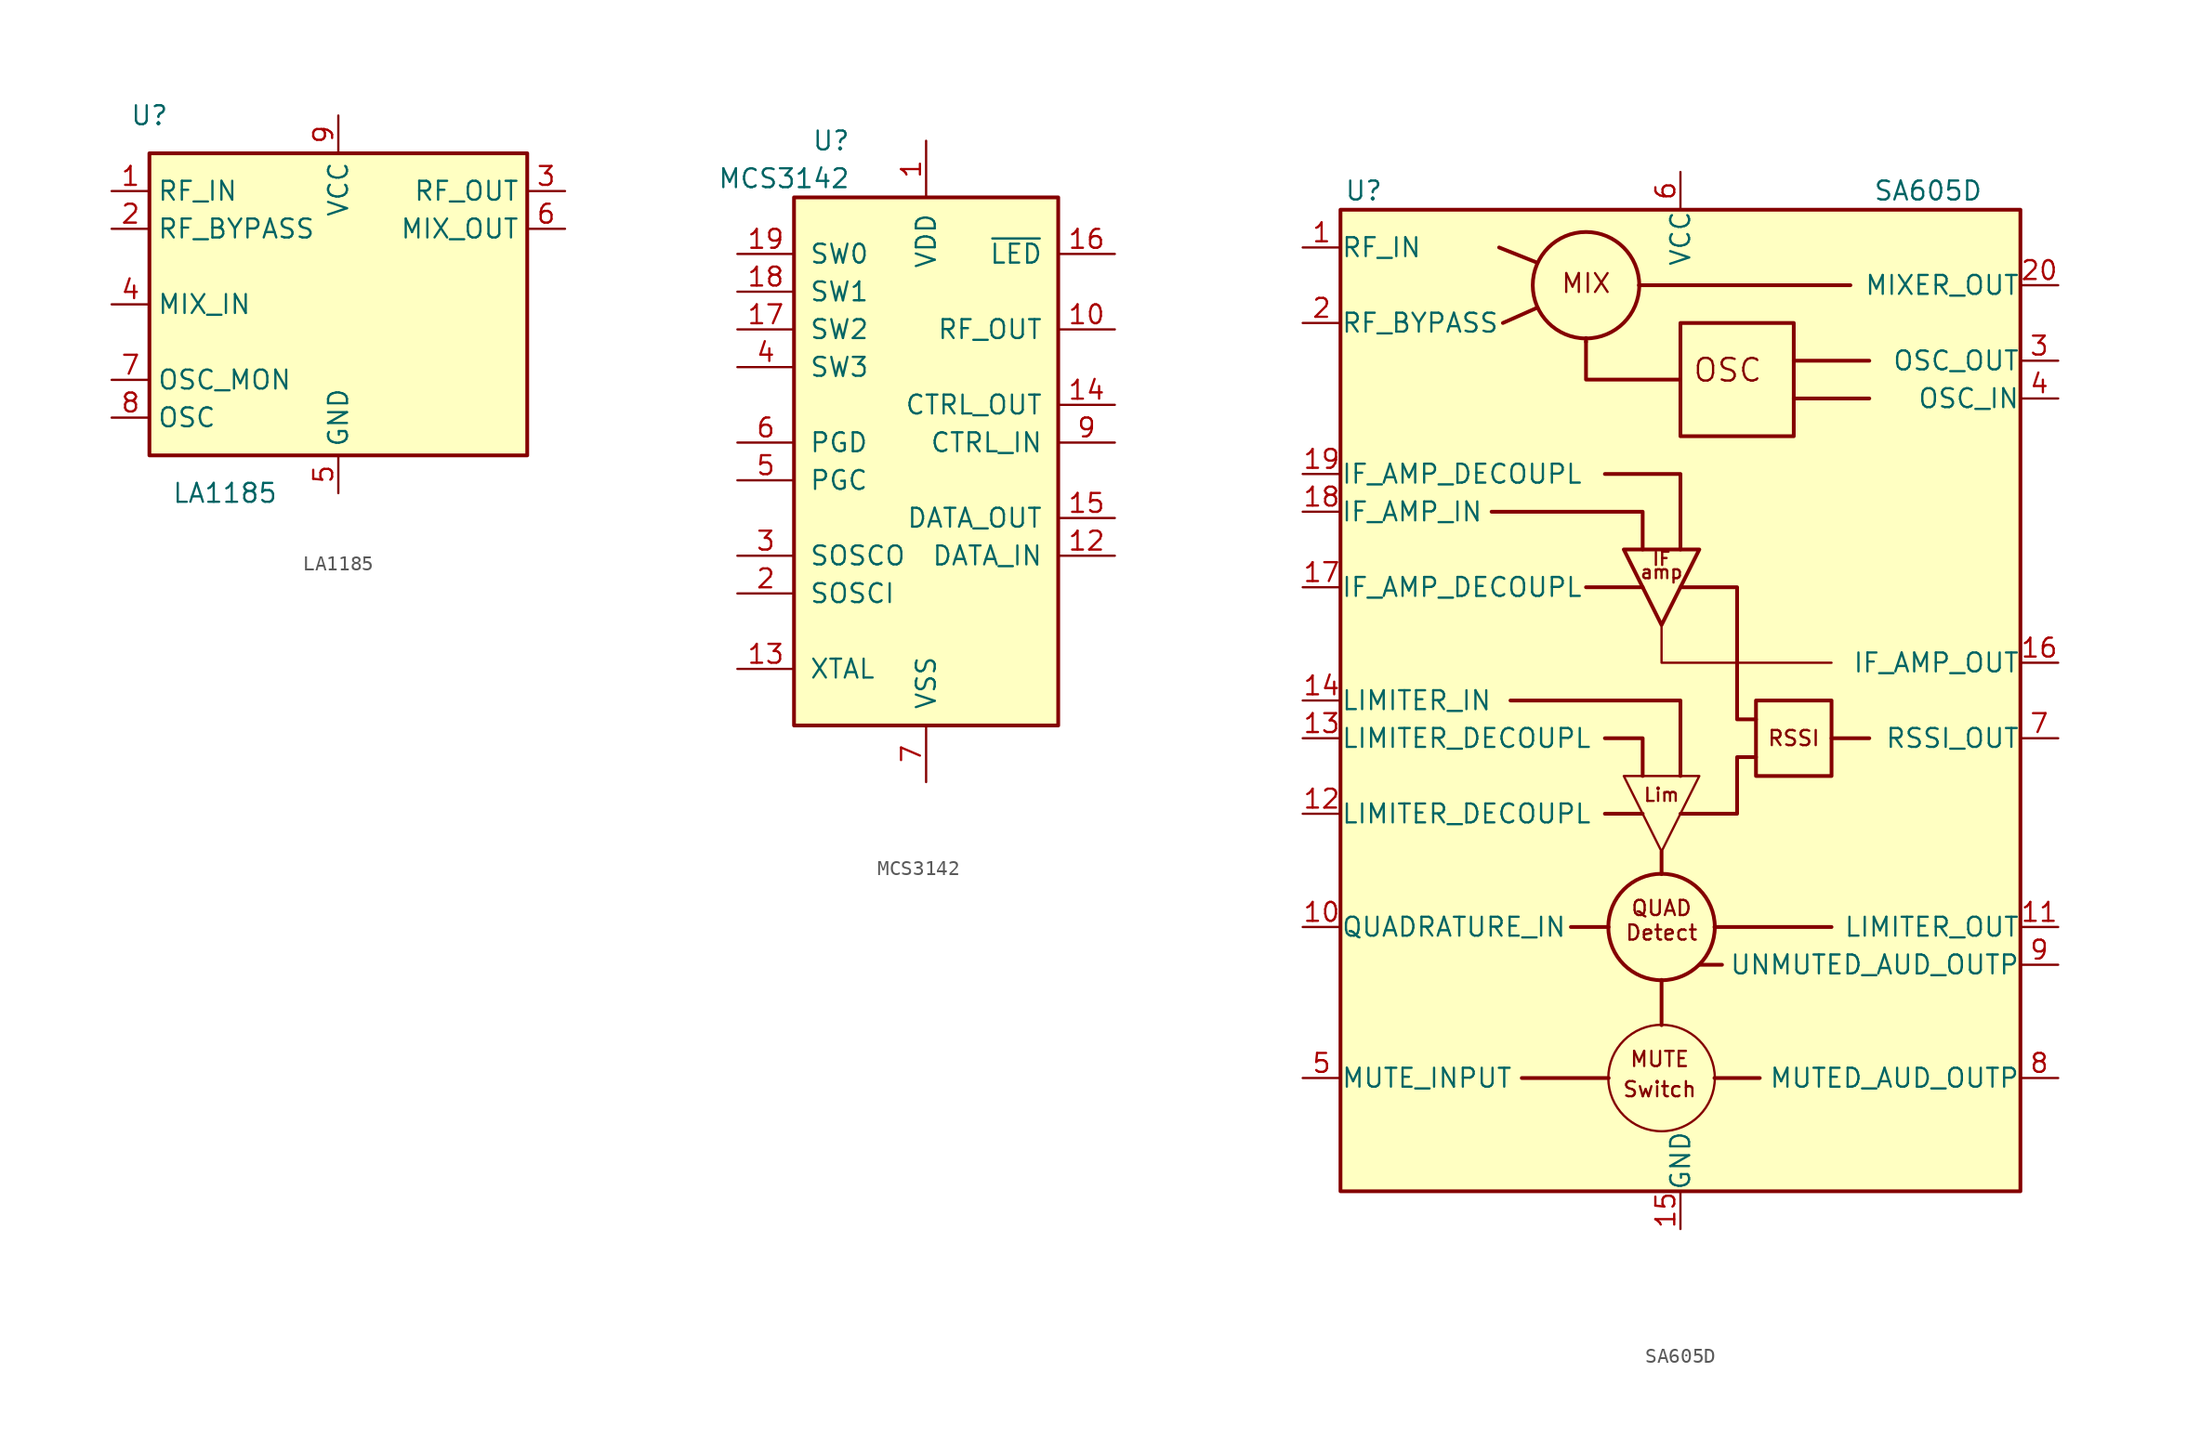
<source format=kicad_sym>
(kicad_symbol_lib
  (version 20241209)
  (generator "kicad_symbol_editor")
  (generator_version "9.0")
  (symbol "LA1185"
    (property "Reference" "U"
      (at -12.7 12.7 0)
      (effects (font (size 1.27 1.27))))
    (property "Value" "LA1185"
      (at -7.62 -12.7 0)
      (effects (font (size 1.27 1.27))))
    (symbol "LA1185_0_1"
      (rectangle (start -12.7 10.16) (end 12.7 -10.16) (stroke (width 0.254) (type default)) (fill (type background))))
    (symbol "LA1185_1_1"
      (pin input line (at -15.24 7.62 0) (length 2.54) (name "RF_IN" (effects (font (size 1.27 1.27)))) (number "1" (effects (font (size 1.27 1.27)))))
      (pin passive line (at -15.24 5.08 0) (length 2.54) (name "RF_BYPASS" (effects (font (size 1.27 1.27)))) (number "2" (effects (font (size 1.27 1.27)))))
      (pin input line (at -15.24 0 0) (length 2.54) (name "MIX_IN" (effects (font (size 1.27 1.27)))) (number "4" (effects (font (size 1.27 1.27)))))
      (pin passive line (at -15.24 -5.08 0) (length 2.54) (name "OSC_MON" (effects (font (size 1.27 1.27)))) (number "7" (effects (font (size 1.27 1.27)))))
      (pin output line (at -15.24 -7.62 0) (length 2.54) (name "OSC" (effects (font (size 1.27 1.27)))) (number "8" (effects (font (size 1.27 1.27)))))
      (pin power_in line (at 0 12.7 270) (length 2.54) (name "VCC" (effects (font (size 1.27 1.27)))) (number "9" (effects (font (size 1.27 1.27)))))
      (pin power_in line (at 0 -12.7 90) (length 2.54) (name "GND" (effects (font (size 1.27 1.27)))) (number "5" (effects (font (size 1.27 1.27)))))
      (pin output line (at 15.24 7.62 180) (length 2.54) (name "RF_OUT" (effects (font (size 1.27 1.27)))) (number "3" (effects (font (size 1.27 1.27)))))
      (pin output line (at 15.24 5.08 180) (length 2.54) (name "MIX_OUT" (effects (font (size 1.27 1.27)))) (number "6" (effects (font (size 1.27 1.27)))))))
  (symbol "MCS3142"
    (pin_names
      (offset 1.016))
    (property "Reference" "U"
      (at -5.08 22.86 0)
      (effects (font (size 1.27 1.27)) (justify right)))
    (property "Value" "MCS3142"
      (at -5.08 20.32 0)
      (effects (font (size 1.27 1.27)) (justify right)))
    (symbol "MCS3142_0_1"
      (rectangle (start -8.89 19.05) (end 8.89 -16.51) (stroke (width 0.254) (type default)) (fill (type background))))
    (symbol "MCS3142_1_1"
      (pin input line (at -12.7 15.24 0) (length 3.81) (name "SW0" (effects (font (size 1.27 1.27)))) (number "19" (effects (font (size 1.27 1.27)))))
      (pin input line (at -12.7 12.7 0) (length 3.81) (name "SW1" (effects (font (size 1.27 1.27)))) (number "18" (effects (font (size 1.27 1.27)))))
      (pin input line (at -12.7 10.16 0) (length 3.81) (name "SW2" (effects (font (size 1.27 1.27)))) (number "17" (effects (font (size 1.27 1.27)))))
      (pin input line (at -12.7 7.62 0) (length 3.81) (name "SW3" (effects (font (size 1.27 1.27)))) (number "4" (effects (font (size 1.27 1.27)))))
      (pin bidirectional line (at -12.7 2.54 0) (length 3.81) (name "PGD" (effects (font (size 1.27 1.27)))) (number "6" (effects (font (size 1.27 1.27)))))
      (pin input line (at -12.7 0 0) (length 3.81) (name "PGC" (effects (font (size 1.27 1.27)))) (number "5" (effects (font (size 1.27 1.27)))))
      (pin output line (at -12.7 -5.08 0) (length 3.81) (name "SOSCO" (effects (font (size 1.27 1.27)))) (number "3" (effects (font (size 1.27 1.27)))))
      (pin input line (at -12.7 -7.62 0) (length 3.81) (name "SOSCI" (effects (font (size 1.27 1.27)))) (number "2" (effects (font (size 1.27 1.27)))))
      (pin input line (at -12.7 -12.7 0) (length 3.81) (name "XTAL" (effects (font (size 1.27 1.27)))) (number "13" (effects (font (size 1.27 1.27)))))
      (pin power_in line (at 0 22.86 270) (length 3.81) (name "VDD" (effects (font (size 1.27 1.27)))) (number "1" (effects (font (size 1.27 1.27)))))
      (pin passive line (at 0 22.86 270) (length 3.81) (hide yes) (name "VDD" (effects (font (size 1.27 1.27)))) (number "8" (effects (font (size 1.27 1.27)))))
      (pin passive line (at 0 -20.32 90) (length 3.81) (hide yes) (name "VSS" (effects (font (size 1.27 1.27)))) (number "11" (effects (font (size 1.27 1.27)))))
      (pin passive line (at 0 -20.32 90) (length 3.81) (hide yes) (name "VSS" (effects (font (size 1.27 1.27)))) (number "20" (effects (font (size 1.27 1.27)))))
      (pin power_in line (at 0 -20.32 90) (length 3.81) (name "VSS" (effects (font (size 1.27 1.27)))) (number "7" (effects (font (size 1.27 1.27)))))
      (pin output line (at 12.7 15.24 180) (length 3.81) (name "~{LED}" (effects (font (size 1.27 1.27)))) (number "16" (effects (font (size 1.27 1.27)))))
      (pin output line (at 12.7 10.16 180) (length 3.81) (name "RF_OUT" (effects (font (size 1.27 1.27)))) (number "10" (effects (font (size 1.27 1.27)))))
      (pin output line (at 12.7 5.08 180) (length 3.81) (name "CTRL_OUT" (effects (font (size 1.27 1.27)))) (number "14" (effects (font (size 1.27 1.27)))))
      (pin input line (at 12.7 2.54 180) (length 3.81) (name "CTRL_IN" (effects (font (size 1.27 1.27)))) (number "9" (effects (font (size 1.27 1.27)))))
      (pin output line (at 12.7 -2.54 180) (length 3.81) (name "DATA_OUT" (effects (font (size 1.27 1.27)))) (number "15" (effects (font (size 1.27 1.27)))))
      (pin input line (at 12.7 -5.08 180) (length 3.81) (name "DATA_IN" (effects (font (size 1.27 1.27)))) (number "12" (effects (font (size 1.27 1.27)))))))
  (symbol "SA605D"
    (pin_names
      (offset 0.025))
    (property "Reference" "U"
      (at -22.606 24.13 0)
      (effects (font (size 1.27 1.27)) (justify left)))
    (property "Value" "SA605D"
      (at 12.954 24.13 0)
      (effects (font (size 1.27 1.27)) (justify left)))
    (symbol "SA605D_0_0"
      (polyline (pts (xy -12.7 2.54) (xy -2.54 2.54) (xy -2.54 0)) (stroke (width 0.254) (type default)) (fill (type none)))
      (polyline (pts (xy -12.192 20.32) (xy -9.652 19.304)) (stroke (width 0.254) (type default)) (fill (type none)))
      (polyline (pts (xy -11.938 15.24) (xy -9.652 16.256)) (stroke (width 0.254) (type default)) (fill (type none)))
      (polyline (pts (xy -11.43 -10.16) (xy 0 -10.16) (xy 0 -15.24)) (stroke (width 0.254) (type default)) (fill (type none)))
      (polyline (pts (xy -6.35 13.97) (xy -6.35 14.224)) (stroke (width 0.254) (type default)) (fill (type none)))
      (polyline (pts (xy -6.35 -2.54) (xy -2.54 -2.54)) (stroke (width 0.254) (type default)) (fill (type none)))
      (polyline (pts (xy -5.08 5.08) (xy 0 5.08) (xy 0 0)) (stroke (width 0.254) (type default)) (fill (type none)))
      (polyline (pts (xy -4.826 -25.4) (xy -7.366 -25.4)) (stroke (width 0.254) (type default)) (fill (type none)))
      (polyline (pts (xy -4.826 -35.56) (xy -10.668 -35.56)) (stroke (width 0.254) (type default)) (fill (type none)))
      (polyline (pts (xy -2.54 17.78) (xy -2.794 17.78)) (stroke (width 0.254) (type default)) (fill (type none)))
      (polyline (pts (xy -2.54 -15.24) (xy -2.54 -12.7) (xy -5.08 -12.7)) (stroke (width 0.254) (type default)) (fill (type none)))
      (polyline (pts (xy -2.54 -17.78) (xy -5.08 -17.78)) (stroke (width 0.254) (type default)) (fill (type none)))
      (polyline (pts (xy -1.27 -20.32) (xy -1.27 -21.844)) (stroke (width 0.254) (type default)) (fill (type none)))
      (circle (center -1.27 -25.4) (radius 3.581) (stroke (width 0.254) (type default)) (fill (type none)))
      (polyline (pts (xy -1.27 -28.956) (xy -1.27 -32.004)) (stroke (width 0.254) (type default)) (fill (type none)))
      (circle (center -1.27 -35.56) (radius 3.581) (stroke (width 0) (type default)) (fill (type none)))
      (polyline (pts (xy 0 11.43) (xy -6.35 11.43) (xy -6.35 13.97)) (stroke (width 0.254) (type default)) (fill (type none)))
      (polyline (pts (xy 0 -2.54) (xy 3.81 -2.54) (xy 3.81 -11.43) (xy 5.08 -11.43)) (stroke (width 0.254) (type default)) (fill (type none)))
      (polyline (pts (xy 0 -17.78) (xy 3.81 -17.78) (xy 3.81 -13.97) (xy 5.08 -13.97)) (stroke (width 0.254) (type default)) (fill (type none)))
      (polyline (pts (xy 1.27 0) (xy -3.81 0) (xy -1.27 -5.08) (xy 1.27 0) (xy 1.27 0)) (stroke (width 0.254) (type default)) (fill (type background)))
      (polyline (pts (xy 1.27 -15.24) (xy -3.81 -15.24) (xy -1.27 -20.32) (xy 1.27 -15.24) (xy 1.27 -15.24)) (stroke (width 0) (type default)) (fill (type background)))
      (polyline (pts (xy 1.27 -27.94) (xy 2.794 -27.94)) (stroke (width 0.254) (type default)) (fill (type none)))
      (polyline (pts (xy 2.286 -25.4) (xy 10.16 -25.4)) (stroke (width 0.254) (type default)) (fill (type none)))
      (polyline (pts (xy 2.286 -35.56) (xy 5.334 -35.56)) (stroke (width 0.254) (type default)) (fill (type none)))
      (polyline (pts (xy 7.62 10.16) (xy 12.7 10.16)) (stroke (width 0.254) (type default)) (fill (type none)))
      (polyline (pts (xy 10.16 -12.7) (xy 12.7 -12.7)) (stroke (width 0.254) (type default)) (fill (type none)))
      (polyline (pts (xy 11.43 17.78) (xy -2.54 17.78)) (stroke (width 0.254) (type default)) (fill (type none)))
      (polyline (pts (xy 12.7 12.7) (xy 7.62 12.7)) (stroke (width 0.254) (type default)) (fill (type none)))
      (text "MIX" (at -6.35 17.907 0) (effects (font (size 1.27 1.27))))
      (text "MUTE" (at -1.397 -34.29 0) (effects (font (size 1.016 1.016))))
      (text "Switch" (at -1.397 -36.322 0) (effects (font (size 1.016 1.016))))
      (text "IF" (at -1.27 -0.635 0) (effects (font (size 0.889 0.889))))
      (text "amp" (at -1.27 -1.524 0) (effects (font (size 0.889 0.889))))
      (text "Lim" (at -1.27 -16.51 0) (effects (font (size 0.889 0.889))))
      (text "QUAD" (at -1.27 -24.13 0) (effects (font (size 1.016 1.016))))
      (text "Detect" (at -1.27 -25.781 0) (effects (font (size 1.016 1.016))))
      (text "OSC" (at 3.175 12.065 0) (effects (font (size 1.524 1.524))))
      (text "RSSI" (at 7.62 -12.7 0) (effects (font (size 1.016 1.016)))))
    (symbol "SA605D_0_1"
      (rectangle (start -22.86 22.86) (end 22.86 -43.18) (stroke (width 0.254) (type default)) (fill (type background)))
      (circle (center -6.35 17.78) (radius 3.581) (stroke (width 0.254) (type default)) (fill (type none)))
      (polyline (pts (xy -1.27 -5.08) (xy -1.27 -7.62) (xy 10.16 -7.62)) (stroke (width 0) (type default)) (fill (type none)))
      (rectangle (start 0 15.24) (end 7.62 7.62) (stroke (width 0.254) (type default)) (fill (type none)))
      (rectangle (start 5.08 -10.16) (end 10.16 -15.24) (stroke (width 0.254) (type default)) (fill (type none))))
    (symbol "SA605D_1_1"
      (pin input line (at -25.4 20.32 0) (length 2.54) (name "RF_IN" (effects (font (size 1.27 1.27)))) (number "1" (effects (font (size 1.27 1.27)))))
      (pin input line (at -25.4 15.24 0) (length 2.54) (name "RF_BYPASS" (effects (font (size 1.27 1.27)))) (number "2" (effects (font (size 1.27 1.27)))))
      (pin input line (at -25.4 5.08 0) (length 2.54) (name "IF_AMP_DECOUPL" (effects (font (size 1.27 1.27)))) (number "19" (effects (font (size 1.27 1.27)))))
      (pin input line (at -25.4 2.54 0) (length 2.54) (name "IF_AMP_IN" (effects (font (size 1.27 1.27)))) (number "18" (effects (font (size 1.27 1.27)))))
      (pin input line (at -25.4 -2.54 0) (length 2.54) (name "IF_AMP_DECOUPL" (effects (font (size 1.27 1.27)))) (number "17" (effects (font (size 1.27 1.27)))))
      (pin input line (at -25.4 -10.16 0) (length 2.54) (name "LIMITER_IN" (effects (font (size 1.27 1.27)))) (number "14" (effects (font (size 1.27 1.27)))))
      (pin input line (at -25.4 -12.7 0) (length 2.54) (name "LIMITER_DECOUPL" (effects (font (size 1.27 1.27)))) (number "13" (effects (font (size 1.27 1.27)))))
      (pin input line (at -25.4 -17.78 0) (length 2.54) (name "LIMITER_DECOUPL" (effects (font (size 1.27 1.27)))) (number "12" (effects (font (size 1.27 1.27)))))
      (pin input line (at -25.4 -25.4 0) (length 2.54) (name "QUADRATURE_IN" (effects (font (size 1.27 1.27)))) (number "10" (effects (font (size 1.27 1.27)))))
      (pin input line (at -25.4 -35.56 0) (length 2.54) (name "MUTE_INPUT" (effects (font (size 1.27 1.27)))) (number "5" (effects (font (size 1.27 1.27)))))
      (pin power_in line (at 0 25.4 270) (length 2.54) (name "VCC" (effects (font (size 1.27 1.27)))) (number "6" (effects (font (size 1.27 1.27)))))
      (pin power_in line (at 0 -45.72 90) (length 2.54) (name "GND" (effects (font (size 1.27 1.27)))) (number "15" (effects (font (size 1.27 1.27)))))
      (pin output line (at 25.4 17.78 180) (length 2.54) (name "MIXER_OUT" (effects (font (size 1.27 1.27)))) (number "20" (effects (font (size 1.27 1.27)))))
      (pin output line (at 25.4 12.7 180) (length 2.54) (name "OSC_OUT" (effects (font (size 1.27 1.27)))) (number "3" (effects (font (size 1.27 1.27)))))
      (pin input line (at 25.4 10.16 180) (length 2.54) (name "OSC_IN" (effects (font (size 1.27 1.27)))) (number "4" (effects (font (size 1.27 1.27)))))
      (pin output line (at 25.4 -7.62 180) (length 2.54) (name "IF_AMP_OUT" (effects (font (size 1.27 1.27)))) (number "16" (effects (font (size 1.27 1.27)))))
      (pin output line (at 25.4 -12.7 180) (length 2.54) (name "RSSI_OUT" (effects (font (size 1.27 1.27)))) (number "7" (effects (font (size 1.27 1.27)))))
      (pin output line (at 25.4 -25.4 180) (length 2.54) (name "LIMITER_OUT" (effects (font (size 1.27 1.27)))) (number "11" (effects (font (size 1.27 1.27)))))
      (pin output line (at 25.4 -27.94 180) (length 2.54) (name "UNMUTED_AUD_OUTP" (effects (font (size 1.27 1.27)))) (number "9" (effects (font (size 1.27 1.27)))))
      (pin output line (at 25.4 -35.56 180) (length 2.54) (name "MUTED_AUD_OUTP" (effects (font (size 1.27 1.27)))) (number "8" (effects (font (size 1.27 1.27))))))))
</source>
